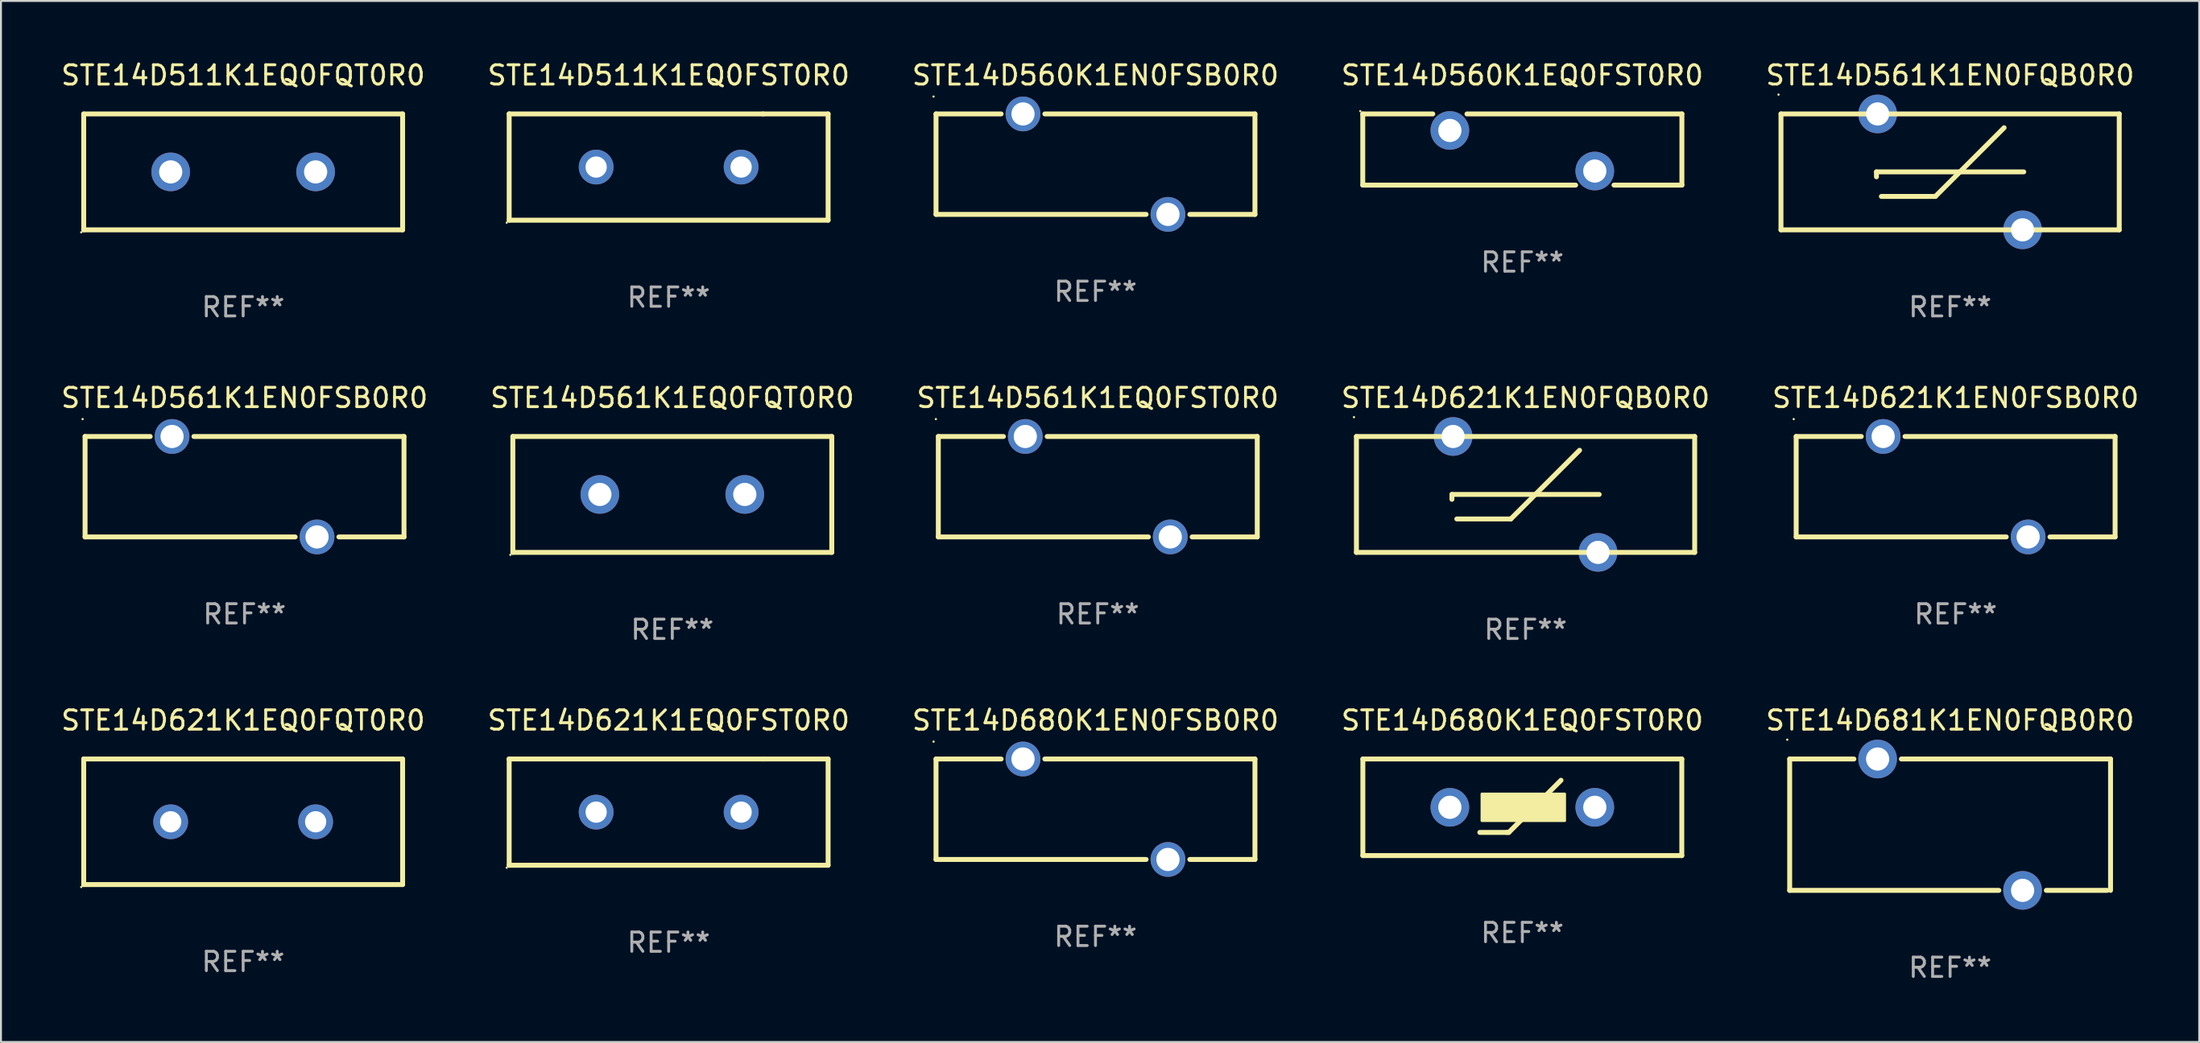
<source format=kicad_pcb>
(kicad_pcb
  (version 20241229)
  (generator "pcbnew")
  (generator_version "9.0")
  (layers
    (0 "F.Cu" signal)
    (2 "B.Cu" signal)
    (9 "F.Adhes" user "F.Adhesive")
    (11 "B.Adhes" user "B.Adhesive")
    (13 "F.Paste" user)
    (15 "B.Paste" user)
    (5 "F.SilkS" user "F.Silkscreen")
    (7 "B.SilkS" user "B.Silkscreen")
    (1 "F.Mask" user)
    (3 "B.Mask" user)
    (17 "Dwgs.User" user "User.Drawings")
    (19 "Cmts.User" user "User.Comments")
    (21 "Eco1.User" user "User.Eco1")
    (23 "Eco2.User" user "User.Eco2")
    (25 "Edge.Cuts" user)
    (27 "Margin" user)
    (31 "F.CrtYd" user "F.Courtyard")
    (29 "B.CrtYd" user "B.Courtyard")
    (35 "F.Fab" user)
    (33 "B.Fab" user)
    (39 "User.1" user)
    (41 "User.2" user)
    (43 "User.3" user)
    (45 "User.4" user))
  (footprint "STE14D560K1EQ0FST0R0"
    (layer "F.Cu")
    (at 75.708 4.69)
    (property "Reference" "STE14D560K1EQ0FST0R0" (at 0 -3.842 0) (layer "F.SilkS") (effects (font (size 1 1) (thickness 0.15))))
    (attr through_hole)
    (fp_line (start -8.255 -1.842) (end -4.634 -1.842) (stroke (width 0.254) (type solid)) (layer "F.SilkS"))
    (fp_line (start -8.255 1.842) (end -8.255 -1.842) (stroke (width 0.254) (type solid)) (layer "F.SilkS"))
    (fp_line (start -2.864 -1.842) (end 8.255 -1.842) (stroke (width 0.254) (type solid)) (layer "F.SilkS"))
    (fp_line (start 2.757 1.842) (end -8.255 1.842) (stroke (width 0.254) (type solid)) (layer "F.SilkS"))
    (fp_line (start 8.255 -1.842) (end 8.255 1.842) (stroke (width 0.254) (type solid)) (layer "F.SilkS"))
    (fp_line (start 8.255 1.842) (end 4.741 1.842) (stroke (width 0.254) (type solid)) (layer "F.SilkS"))
    (fp_circle (center -8.382 -1.987) (end -8.352 -1.987) (stroke (width 0.06) (type solid)) (fill no) (layer "F.SilkS"))
    (fp_text user "REF**" (at 0 5.842 0) (layer "F.Fab") (effects (font (size 1 1) (thickness 0.15))))
    (pad "1" thru_hole circle (at -3.749 -0.987) (size 2 2) (drill 1.2) (layers "*.Cu" "*.Mask"))
    (pad "2" thru_hole circle (at 3.749 1.114) (size 2 2) (drill 1.2) (layers "*.Cu" "*.Mask")))
  (footprint "STE14D621K1EQ0FQT0R0"
    (layer "F.Cu")
    (at 9.53 39.491)
    (property "Reference" "STE14D621K1EQ0FQT0R0" (at 0 -5.25 0) (layer "F.SilkS") (effects (font (size 1 1) (thickness 0.15))))
    (attr through_hole)
    (fp_line (start -8.25 -3.25) (end 8.25 -3.25) (stroke (width 0.254) (type solid)) (layer "F.SilkS"))
    (fp_line (start -8.25 3.25) (end -8.25 -3.25) (stroke (width 0.254) (type solid)) (layer "F.SilkS"))
    (fp_line (start 8.25 -3.25) (end 8.25 3.25) (stroke (width 0.254) (type solid)) (layer "F.SilkS"))
    (fp_line (start 8.25 3.25) (end -8.25 3.25) (stroke (width 0.254) (type solid)) (layer "F.SilkS"))
    (fp_circle (center -8.377 3.377) (end -8.347 3.377) (stroke (width 0.06) (type solid)) (fill no) (layer "F.SilkS"))
    (fp_text user "REF**" (at 0 7.25 0) (layer "F.Fab") (effects (font (size 1 1) (thickness 0.15))))
    (pad "1" thru_hole circle (at -3.75 0) (size 1.8 1.8) (drill 1.1) (layers "*.Cu" "*.Mask"))
    (pad "2" thru_hole circle (at 3.75 0) (size 1.8 1.8) (drill 1.1) (layers "*.Cu" "*.Mask")))
  (footprint "STE14D680K1EN0FSB0R0"
    (layer "F.Cu")
    (at 53.625 38.841)
    (property "Reference" "STE14D680K1EN0FSB0R0" (at 0 -4.6 0) (layer "F.SilkS") (effects (font (size 1 1) (thickness 0.15))))
    (attr through_hole)
    (fp_line (start -8.25 -2.6) (end -4.881 -2.6) (stroke (width 0.254) (type solid)) (layer "F.SilkS"))
    (fp_line (start -8.25 2.6) (end -8.25 -2.6) (stroke (width 0.254) (type solid)) (layer "F.SilkS"))
    (fp_line (start -8.25 2.6) (end 2.619 2.6) (stroke (width 0.254) (type solid)) (layer "F.SilkS"))
    (fp_line (start -2.619 -2.6) (end 8.25 -2.6) (stroke (width 0.254) (type solid)) (layer "F.SilkS"))
    (fp_line (start 4.881 2.6) (end 8.25 2.6) (stroke (width 0.254) (type solid)) (layer "F.SilkS"))
    (fp_line (start 8.25 -2.6) (end 8.25 2.6) (stroke (width 0.254) (type solid)) (layer "F.SilkS"))
    (fp_circle (center -8.377 -3.5) (end -8.347 -3.5) (stroke (width 0.06) (type solid)) (fill no) (layer "F.SilkS"))
    (fp_text user "REF**" (at 0 6.6 0) (layer "F.Fab") (effects (font (size 1 1) (thickness 0.15))))
    (pad "1" thru_hole circle (at -3.75 -2.6) (size 1.8 1.8) (drill 1.2) (layers "*.Cu" "*.Mask"))
    (pad "2" thru_hole circle (at 3.75 2.6) (size 1.8 1.8) (drill 1.2) (layers "*.Cu" "*.Mask")))
  (footprint "STE14D681K1EN0FQB0R0"
    (layer "F.Cu")
    (at 97.839 39.641)
    (property "Reference" "STE14D681K1EN0FQB0R0" (at 0 -5.4 0) (layer "F.SilkS") (effects (font (size 1 1) (thickness 0.15))))
    (attr through_hole)
    (fp_line (start -8.3 -3.4) (end -8.3 3.4) (stroke (width 0.254) (type solid)) (layer "F.SilkS"))
    (fp_line (start -8.3 -3.4) (end -4.977 -3.4) (stroke (width 0.254) (type solid)) (layer "F.SilkS"))
    (fp_line (start -8.3 3.4) (end 2.523 3.4) (stroke (width 0.254) (type solid)) (layer "F.SilkS"))
    (fp_line (start -2.523 -3.4) (end 8.3 -3.4) (stroke (width 0.254) (type solid)) (layer "F.SilkS"))
    (fp_line (start 4.977 3.4) (end 8.128 3.4) (stroke (width 0.254) (type solid)) (layer "F.SilkS"))
    (fp_line (start 8.3 -3.4) (end 8.3 3.4) (stroke (width 0.254) (type solid)) (layer "F.SilkS"))
    (fp_circle (center -8.427 -4.4) (end -8.397 -4.4) (stroke (width 0.06) (type solid)) (fill no) (layer "F.SilkS"))
    (fp_text user "REF**" (at 0 7.4 0) (layer "F.Fab") (effects (font (size 1 1) (thickness 0.15))))
    (pad "1" thru_hole circle (at -3.75 -3.4) (size 2 2) (drill 1.2) (layers "*.Cu" "*.Mask"))
    (pad "2" thru_hole circle (at 3.75 3.4) (size 2 2) (drill 1.2) (layers "*.Cu" "*.Mask")))
  (footprint "STE14D561K1EQ0FQT0R0"
    (layer "F.Cu")
    (at 31.732 22.545)
    (property "Reference" "STE14D561K1EQ0FQT0R0" (at 0 -5 0) (layer "F.SilkS") (effects (font (size 1 1) (thickness 0.15))))
    (attr through_hole)
    (fp_line (start -8.25 -3) (end 8.25 -3) (stroke (width 0.254) (type solid)) (layer "F.SilkS"))
    (fp_line (start -8.25 3) (end -8.25 -2.999) (stroke (width 0.254) (type solid)) (layer "F.SilkS"))
    (fp_line (start 8.25 -3) (end 8.25 3) (stroke (width 0.254) (type solid)) (layer "F.SilkS"))
    (fp_line (start 8.25 3) (end -8.25 3) (stroke (width 0.254) (type solid)) (layer "F.SilkS"))
    (fp_circle (center -8.377 3.127) (end -8.347 3.127) (stroke (width 0.06) (type solid)) (fill no) (layer "F.SilkS"))
    (fp_text user "REF**" (at 0 7 0) (layer "F.Fab") (effects (font (size 1 1) (thickness 0.15))))
    (pad "1" thru_hole circle (at -3.749 0) (size 2 2) (drill 1.2) (layers "*.Cu" "*.Mask"))
    (pad "2" thru_hole circle (at 3.749 0) (size 2 2) (drill 1.2) (layers "*.Cu" "*.Mask")))
  (footprint "STE14D561K1EQ0FST0R0"
    (layer "F.Cu")
    (at 53.744 22.145)
    (property "Reference" "STE14D561K1EQ0FST0R0" (at 0 -4.6 0) (layer "F.SilkS") (effects (font (size 1 1) (thickness 0.15))))
    (attr through_hole)
    (fp_line (start -8.25 -2.6) (end -4.881 -2.6) (stroke (width 0.254) (type solid)) (layer "F.SilkS"))
    (fp_line (start -8.25 2.6) (end -8.25 -2.6) (stroke (width 0.254) (type solid)) (layer "F.SilkS"))
    (fp_line (start -8.25 2.6) (end 2.619 2.6) (stroke (width 0.254) (type solid)) (layer "F.SilkS"))
    (fp_line (start -2.619 -2.6) (end 8.25 -2.6) (stroke (width 0.254) (type solid)) (layer "F.SilkS"))
    (fp_line (start 4.881 2.6) (end 8.25 2.6) (stroke (width 0.254) (type solid)) (layer "F.SilkS"))
    (fp_line (start 8.25 -2.6) (end 8.25 2.6) (stroke (width 0.254) (type solid)) (layer "F.SilkS"))
    (fp_circle (center -8.377 -3.5) (end -8.347 -3.5) (stroke (width 0.06) (type solid)) (fill no) (layer "F.SilkS"))
    (fp_text user "REF**" (at 0 6.6 0) (layer "F.Fab") (effects (font (size 1 1) (thickness 0.15))))
    (pad "1" thru_hole circle (at -3.75 -2.6) (size 1.8 1.8) (drill 1.2) (layers "*.Cu" "*.Mask"))
    (pad "2" thru_hole circle (at 3.75 2.6) (size 1.8 1.8) (drill 1.2) (layers "*.Cu" "*.Mask")))
  (footprint "STE14D560K1EN0FSB0R0"
    (layer "F.Cu")
    (at 53.625 5.448)
    (property "Reference" "STE14D560K1EN0FSB0R0" (at 0 -4.6 0) (layer "F.SilkS") (effects (font (size 1 1) (thickness 0.15))))
    (attr through_hole)
    (fp_line (start -8.25 -2.6) (end -4.881 -2.6) (stroke (width 0.254) (type solid)) (layer "F.SilkS"))
    (fp_line (start -8.25 2.6) (end -8.25 -2.6) (stroke (width 0.254) (type solid)) (layer "F.SilkS"))
    (fp_line (start -8.25 2.6) (end 2.619 2.6) (stroke (width 0.254) (type solid)) (layer "F.SilkS"))
    (fp_line (start -2.619 -2.6) (end 8.25 -2.6) (stroke (width 0.254) (type solid)) (layer "F.SilkS"))
    (fp_line (start 4.881 2.6) (end 8.25 2.6) (stroke (width 0.254) (type solid)) (layer "F.SilkS"))
    (fp_line (start 8.25 -2.6) (end 8.25 2.6) (stroke (width 0.254) (type solid)) (layer "F.SilkS"))
    (fp_circle (center -8.377 -3.5) (end -8.347 -3.5) (stroke (width 0.06) (type solid)) (fill no) (layer "F.SilkS"))
    (fp_text user "REF**" (at 0 6.6 0) (layer "F.Fab") (effects (font (size 1 1) (thickness 0.15))))
    (pad "1" thru_hole circle (at -3.75 -2.6) (size 1.8 1.8) (drill 1.2) (layers "*.Cu" "*.Mask"))
    (pad "2" thru_hole circle (at 3.75 2.6) (size 1.8 1.8) (drill 1.2) (layers "*.Cu" "*.Mask")))
  (footprint "STE14D621K1EQ0FST0R0"
    (layer "F.Cu")
    (at 31.542 38.991)
    (property "Reference" "STE14D621K1EQ0FST0R0" (at 0 -4.75 0) (layer "F.SilkS") (effects (font (size 1 1) (thickness 0.15))))
    (attr through_hole)
    (fp_line (start -8.25 -2.75) (end -8.25 -2.75) (stroke (width 0.254) (type solid)) (layer "F.SilkS"))
    (fp_line (start -8.25 -2.75) (end 4.886 -2.75) (stroke (width 0.254) (type solid)) (layer "F.SilkS"))
    (fp_line (start -8.25 2.75) (end -8.25 -2.75) (stroke (width 0.254) (type solid)) (layer "F.SilkS"))
    (fp_line (start 4.886 -2.75) (end 8.25 -2.75) (stroke (width 0.254) (type solid)) (layer "F.SilkS"))
    (fp_line (start 8.25 -2.75) (end 8.25 2.75) (stroke (width 0.254) (type solid)) (layer "F.SilkS"))
    (fp_line (start 8.25 2.75) (end -8.25 2.75) (stroke (width 0.254) (type solid)) (layer "F.SilkS"))
    (fp_circle (center -8.377 2.877) (end -8.347 2.877) (stroke (width 0.06) (type solid)) (fill no) (layer "F.SilkS"))
    (fp_text user "REF**" (at 0 6.75 0) (layer "F.Fab") (effects (font (size 1 1) (thickness 0.15))))
    (pad "1" thru_hole circle (at -3.75 0) (size 1.8 1.8) (drill 1.1) (layers "*.Cu" "*.Mask"))
    (pad "2" thru_hole circle (at 3.75 0) (size 1.8 1.8) (drill 1.1) (layers "*.Cu" "*.Mask")))
  (footprint "STE14D511K1EQ0FST0R0"
    (layer "F.Cu")
    (at 31.542 5.598)
    (property "Reference" "STE14D511K1EQ0FST0R0" (at 0 -4.75 0) (layer "F.SilkS") (effects (font (size 1 1) (thickness 0.15))))
    (attr through_hole)
    (fp_line (start -8.25 -2.75) (end -8.25 -2.75) (stroke (width 0.254) (type solid)) (layer "F.SilkS"))
    (fp_line (start -8.25 -2.75) (end 4.886 -2.75) (stroke (width 0.254) (type solid)) (layer "F.SilkS"))
    (fp_line (start -8.25 2.75) (end -8.25 -2.75) (stroke (width 0.254) (type solid)) (layer "F.SilkS"))
    (fp_line (start 4.886 -2.75) (end 8.25 -2.75) (stroke (width 0.254) (type solid)) (layer "F.SilkS"))
    (fp_line (start 8.25 -2.75) (end 8.25 2.75) (stroke (width 0.254) (type solid)) (layer "F.SilkS"))
    (fp_line (start 8.25 2.75) (end -8.25 2.75) (stroke (width 0.254) (type solid)) (layer "F.SilkS"))
    (fp_circle (center -8.377 2.877) (end -8.347 2.877) (stroke (width 0.06) (type solid)) (fill no) (layer "F.SilkS"))
    (fp_text user "REF**" (at 0 6.75 0) (layer "F.Fab") (effects (font (size 1 1) (thickness 0.15))))
    (pad "1" thru_hole circle (at -3.75 0) (size 1.8 1.8) (drill 1.1) (layers "*.Cu" "*.Mask"))
    (pad "2" thru_hole circle (at 3.75 0) (size 1.8 1.8) (drill 1.1) (layers "*.Cu" "*.Mask")))
  (footprint "STE14D680K1EQ0FST0R0"
    (layer "F.Cu")
    (at 75.708 38.741)
    (property "Reference" "STE14D680K1EQ0FST0R0" (at 0 -4.5 0) (layer "F.SilkS") (effects (font (size 1 1) (thickness 0.15))))
    (attr through_hole)
    (fp_line (start -8.25 -2.5) (end 8.25 -2.5) (stroke (width 0.254) (type solid)) (layer "F.SilkS"))
    (fp_line (start -8.25 2.5) (end -8.25 -2.5) (stroke (width 0.254) (type solid)) (layer "F.SilkS"))
    (fp_line (start -8.25 2.5) (end 8.25 2.5) (stroke (width 0.254) (type solid)) (layer "F.SilkS"))
    (fp_line (start -2.2 1.3) (end -0.8 1.3) (stroke (width 0.254) (type solid)) (layer "F.SilkS"))
    (fp_line (start -0.8 1.3) (end -0.7 1.3) (stroke (width 0.254) (type solid)) (layer "F.SilkS"))
    (fp_line (start -0.7 1.3) (end 2 -1.4) (stroke (width 0.254) (type solid)) (layer "F.SilkS"))
    (fp_line (start 8.25 -2.5) (end 8.25 2.5) (stroke (width 0.254) (type solid)) (layer "F.SilkS"))
    (fp_circle (center -8.25 2.5) (end -8.22 2.5) (stroke (width 0.06) (type solid)) (fill no) (layer "F.SilkS"))
    (fp_poly (pts (xy -2.1 -0.7) (xy 2.2 -0.7) (xy 2.2 0.7) (xy -2.1 0.7)) (stroke (width 0.12) (type solid)) (fill yes) (layer "F.SilkS"))
    (fp_text user "REF**" (at 0 6.5 0) (layer "F.Fab") (effects (font (size 1 1) (thickness 0.15))))
    (pad "1" thru_hole circle (at -3.749 0) (size 2 2) (drill 1.2) (layers "*.Cu" "*.Mask"))
    (pad "2" thru_hole circle (at 3.749 0) (size 2 2) (drill 1.2) (layers "*.Cu" "*.Mask")))
  (footprint "STE14D621K1EN0FSB0R0"
    (layer "F.Cu")
    (at 98.125 22.145)
    (property "Reference" "STE14D621K1EN0FSB0R0" (at 0 -4.6 0) (layer "F.SilkS") (effects (font (size 1 1) (thickness 0.15))))
    (attr through_hole)
    (fp_line (start -8.25 -2.6) (end -4.881 -2.6) (stroke (width 0.254) (type solid)) (layer "F.SilkS"))
    (fp_line (start -8.25 2.6) (end -8.25 -2.6) (stroke (width 0.254) (type solid)) (layer "F.SilkS"))
    (fp_line (start -8.25 2.6) (end 2.619 2.6) (stroke (width 0.254) (type solid)) (layer "F.SilkS"))
    (fp_line (start -2.619 -2.6) (end 8.25 -2.6) (stroke (width 0.254) (type solid)) (layer "F.SilkS"))
    (fp_line (start 4.881 2.6) (end 8.25 2.6) (stroke (width 0.254) (type solid)) (layer "F.SilkS"))
    (fp_line (start 8.25 -2.6) (end 8.25 2.6) (stroke (width 0.254) (type solid)) (layer "F.SilkS"))
    (fp_circle (center -8.377 -3.5) (end -8.347 -3.5) (stroke (width 0.06) (type solid)) (fill no) (layer "F.SilkS"))
    (fp_text user "REF**" (at 0 6.6 0) (layer "F.Fab") (effects (font (size 1 1) (thickness 0.15))))
    (pad "1" thru_hole circle (at -3.75 -2.6) (size 1.8 1.8) (drill 1.2) (layers "*.Cu" "*.Mask"))
    (pad "2" thru_hole circle (at 3.75 2.6) (size 1.8 1.8) (drill 1.2) (layers "*.Cu" "*.Mask")))
  (footprint "STE14D621K1EN0FQB0R0"
    (layer "F.Cu")
    (at 75.875 22.545)
    (property "Reference" "STE14D621K1EN0FQB0R0" (at 0 -5 0) (layer "F.SilkS") (effects (font (size 1 1) (thickness 0.15))))
    (attr through_hole)
    (fp_line (start -8.75 -3) (end -8.75 3) (stroke (width 0.254) (type solid)) (layer "F.SilkS"))
    (fp_line (start -8.75 -3) (end 8.75 -3) (stroke (width 0.254) (type solid)) (layer "F.SilkS"))
    (fp_line (start -3.81 0) (end 3.81 0) (stroke (width 0.254) (type solid)) (layer "F.SilkS"))
    (fp_line (start -3.81 0.254) (end -3.81 0) (stroke (width 0.254) (type solid)) (layer "F.SilkS"))
    (fp_line (start -3.556 1.27) (end -0.762 1.27) (stroke (width 0.254) (type solid)) (layer "F.SilkS"))
    (fp_line (start -0.762 1.27) (end 2.794 -2.286) (stroke (width 0.254) (type solid)) (layer "F.SilkS"))
    (fp_line (start 8.75 3) (end -8.75 3) (stroke (width 0.254) (type solid)) (layer "F.SilkS"))
    (fp_line (start 8.75 3) (end 8.75 -3) (stroke (width 0.254) (type solid)) (layer "F.SilkS"))
    (fp_circle (center -8.877 -4) (end -8.847 -4) (stroke (width 0.06) (type solid)) (fill no) (layer "F.SilkS"))
    (fp_text user "REF**" (at 0 7 0) (layer "F.Fab") (effects (font (size 1 1) (thickness 0.15))))
    (pad "1" thru_hole circle (at -3.749 -3) (size 2 2) (drill 1.2) (layers "*.Cu" "*.Mask"))
    (pad "2" thru_hole circle (at 3.749 3) (size 2 2) (drill 1.2) (layers "*.Cu" "*.Mask")))
  (footprint "STE14D561K1EN0FQB0R0"
    (layer "F.Cu")
    (at 97.839 5.848)
    (property "Reference" "STE14D561K1EN0FQB0R0" (at 0 -5 0) (layer "F.SilkS") (effects (font (size 1 1) (thickness 0.15))))
    (attr through_hole)
    (fp_line (start -8.75 -3) (end -8.75 3) (stroke (width 0.254) (type solid)) (layer "F.SilkS"))
    (fp_line (start -8.75 -3) (end 8.75 -3) (stroke (width 0.254) (type solid)) (layer "F.SilkS"))
    (fp_line (start -3.81 0) (end 3.81 0) (stroke (width 0.254) (type solid)) (layer "F.SilkS"))
    (fp_line (start -3.81 0.254) (end -3.81 0) (stroke (width 0.254) (type solid)) (layer "F.SilkS"))
    (fp_line (start -3.556 1.27) (end -0.762 1.27) (stroke (width 0.254) (type solid)) (layer "F.SilkS"))
    (fp_line (start -0.762 1.27) (end 2.794 -2.286) (stroke (width 0.254) (type solid)) (layer "F.SilkS"))
    (fp_line (start 8.75 3) (end -8.75 3) (stroke (width 0.254) (type solid)) (layer "F.SilkS"))
    (fp_line (start 8.75 3) (end 8.75 -3) (stroke (width 0.254) (type solid)) (layer "F.SilkS"))
    (fp_circle (center -8.877 -4) (end -8.847 -4) (stroke (width 0.06) (type solid)) (fill no) (layer "F.SilkS"))
    (fp_text user "REF**" (at 0 7 0) (layer "F.Fab") (effects (font (size 1 1) (thickness 0.15))))
    (pad "1" thru_hole circle (at -3.749 -3) (size 2 2) (drill 1.2) (layers "*.Cu" "*.Mask"))
    (pad "2" thru_hole circle (at 3.749 3) (size 2 2) (drill 1.2) (layers "*.Cu" "*.Mask")))
  (footprint "STE14D561K1EN0FSB0R0"
    (layer "F.Cu")
    (at 9.601 22.145)
    (property "Reference" "STE14D561K1EN0FSB0R0" (at 0 -4.6 0) (layer "F.SilkS") (effects (font (size 1 1) (thickness 0.15))))
    (attr through_hole)
    (fp_line (start -8.25 -2.6) (end -4.881 -2.6) (stroke (width 0.254) (type solid)) (layer "F.SilkS"))
    (fp_line (start -8.25 2.6) (end -8.25 -2.6) (stroke (width 0.254) (type solid)) (layer "F.SilkS"))
    (fp_line (start -8.25 2.6) (end 2.619 2.6) (stroke (width 0.254) (type solid)) (layer "F.SilkS"))
    (fp_line (start -2.619 -2.6) (end 8.25 -2.6) (stroke (width 0.254) (type solid)) (layer "F.SilkS"))
    (fp_line (start 4.881 2.6) (end 8.25 2.6) (stroke (width 0.254) (type solid)) (layer "F.SilkS"))
    (fp_line (start 8.25 -2.6) (end 8.25 2.6) (stroke (width 0.254) (type solid)) (layer "F.SilkS"))
    (fp_circle (center -8.377 -3.5) (end -8.347 -3.5) (stroke (width 0.06) (type solid)) (fill no) (layer "F.SilkS"))
    (fp_text user "REF**" (at 0 6.6 0) (layer "F.Fab") (effects (font (size 1 1) (thickness 0.15))))
    (pad "1" thru_hole circle (at -3.75 -2.6) (size 1.8 1.8) (drill 1.2) (layers "*.Cu" "*.Mask"))
    (pad "2" thru_hole circle (at 3.75 2.6) (size 1.8 1.8) (drill 1.2) (layers "*.Cu" "*.Mask")))
  (footprint "STE14D511K1EQ0FQT0R0"
    (layer "F.Cu")
    (at 9.53 5.848)
    (property "Reference" "STE14D511K1EQ0FQT0R0" (at 0 -5 0) (layer "F.SilkS") (effects (font (size 1 1) (thickness 0.15))))
    (attr through_hole)
    (fp_line (start -8.25 -3) (end 8.25 -3) (stroke (width 0.254) (type solid)) (layer "F.SilkS"))
    (fp_line (start -8.25 3) (end -8.25 -2.999) (stroke (width 0.254) (type solid)) (layer "F.SilkS"))
    (fp_line (start 8.25 -3) (end 8.25 3) (stroke (width 0.254) (type solid)) (layer "F.SilkS"))
    (fp_line (start 8.25 3) (end -8.25 3) (stroke (width 0.254) (type solid)) (layer "F.SilkS"))
    (fp_circle (center -8.377 3.127) (end -8.347 3.127) (stroke (width 0.06) (type solid)) (fill no) (layer "F.SilkS"))
    (fp_text user "REF**" (at 0 7 0) (layer "F.Fab") (effects (font (size 1 1) (thickness 0.15))))
    (pad "1" thru_hole circle (at -3.749 0) (size 2 2) (drill 1.2) (layers "*.Cu" "*.Mask"))
    (pad "2" thru_hole circle (at 3.749 0) (size 2 2) (drill 1.2) (layers "*.Cu" "*.Mask")))
  (gr_rect
    (start -3 -3)
    (end 110.726 50.89)
    (stroke (width 0.1) (type default))
    (fill no)
    (layer "Edge.Cuts")))
</source>
